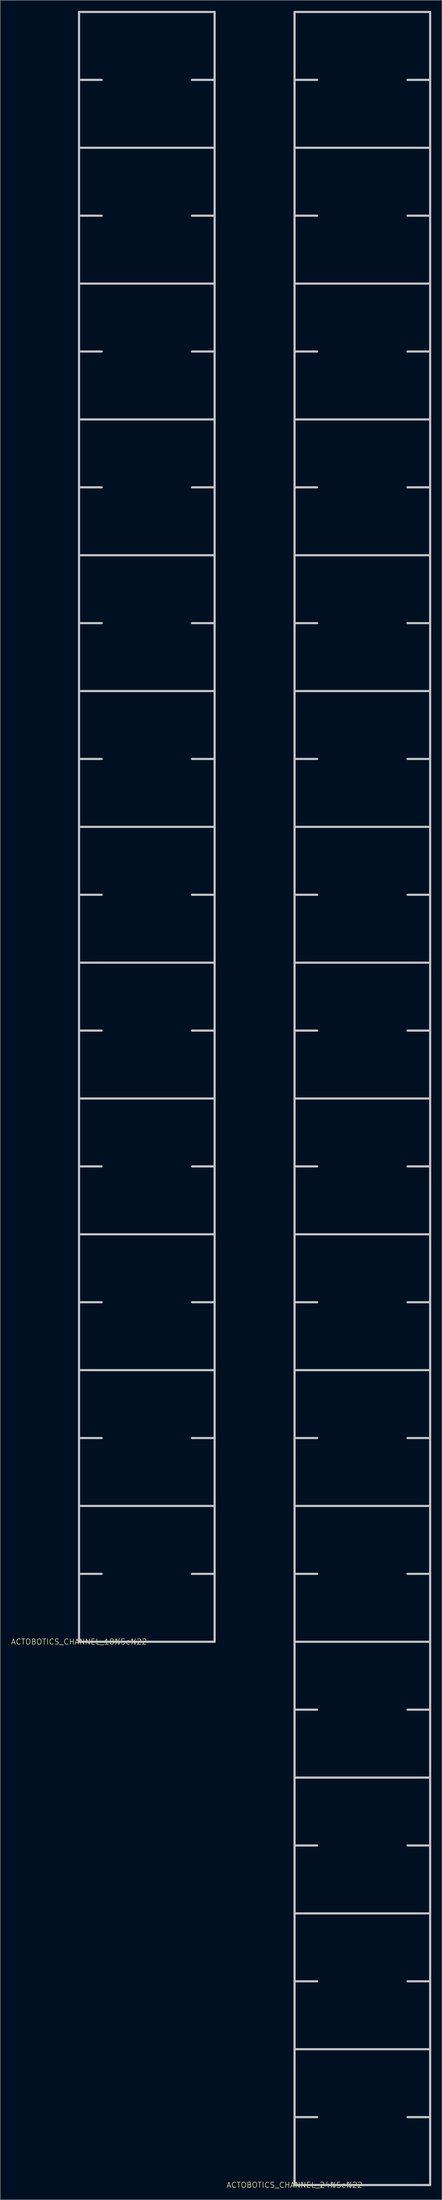
<source format=kicad_pcb>
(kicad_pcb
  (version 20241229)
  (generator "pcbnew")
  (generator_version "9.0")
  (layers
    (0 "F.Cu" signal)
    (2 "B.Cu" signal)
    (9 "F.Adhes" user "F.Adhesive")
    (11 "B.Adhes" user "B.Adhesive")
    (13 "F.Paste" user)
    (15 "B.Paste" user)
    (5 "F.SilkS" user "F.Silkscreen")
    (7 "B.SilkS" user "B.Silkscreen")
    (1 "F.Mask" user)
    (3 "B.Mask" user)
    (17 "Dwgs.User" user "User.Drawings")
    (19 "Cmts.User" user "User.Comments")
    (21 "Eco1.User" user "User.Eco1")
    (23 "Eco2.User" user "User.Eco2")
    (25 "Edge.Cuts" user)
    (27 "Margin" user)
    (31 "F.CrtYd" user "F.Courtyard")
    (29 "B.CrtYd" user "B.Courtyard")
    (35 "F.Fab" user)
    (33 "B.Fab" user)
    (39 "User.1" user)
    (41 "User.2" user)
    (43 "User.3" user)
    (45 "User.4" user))
  (footprint "ACTOBOTICS_CHANNEL_18%5c%22"
    (layer "F.Cu")
    (at 19.159 457.505)
    (property "Reference" "ACTOBOTICS_CHANNEL_18%5c%22" (at 0 0 0) (layer "F.SilkS") (effects (font (size 1.524 1.524) (thickness 0.15))))
    (attr exclude_from_pos_files exclude_from_bom)
    (fp_line (start 0 -457.2) (end 0 -438.15) (stroke (width 0.61) (type solid)) (layer "Dwgs.User"))
    (fp_line (start 0 -438.15) (end 0 -419.1) (stroke (width 0.61) (type solid)) (layer "Dwgs.User"))
    (fp_line (start 0 -438.15) (end 6.35 -438.15) (stroke (width 0.61) (type solid)) (layer "Dwgs.User"))
    (fp_line (start 0 -419.1) (end 0 -400.05) (stroke (width 0.61) (type solid)) (layer "Dwgs.User"))
    (fp_line (start 0 -419.1) (end 38.1 -419.1) (stroke (width 0.61) (type solid)) (layer "Dwgs.User"))
    (fp_line (start 0 -400.05) (end 0 -381) (stroke (width 0.61) (type solid)) (layer "Dwgs.User"))
    (fp_line (start 0 -400.05) (end 6.35 -400.05) (stroke (width 0.61) (type solid)) (layer "Dwgs.User"))
    (fp_line (start 0 -381) (end 0 -342.9) (stroke (width 0.61) (type solid)) (layer "Dwgs.User"))
    (fp_line (start 0 -381) (end 38.1 -381) (stroke (width 0.61) (type solid)) (layer "Dwgs.User"))
    (fp_line (start 0 -361.95) (end 6.35 -361.95) (stroke (width 0.61) (type solid)) (layer "Dwgs.User"))
    (fp_line (start 0 -342.9) (end 0 -304.8) (stroke (width 0.61) (type solid)) (layer "Dwgs.User"))
    (fp_line (start 0 -342.9) (end 38.1 -342.9) (stroke (width 0.61) (type solid)) (layer "Dwgs.User"))
    (fp_line (start 0 -323.85) (end 6.35 -323.85) (stroke (width 0.61) (type solid)) (layer "Dwgs.User"))
    (fp_line (start 0 -304.8) (end 0 -190.5) (stroke (width 0.61) (type solid)) (layer "Dwgs.User"))
    (fp_line (start 0 -304.8) (end 38.1 -304.8) (stroke (width 0.61) (type solid)) (layer "Dwgs.User"))
    (fp_line (start 0 -285.75) (end 6.35 -285.75) (stroke (width 0.61) (type solid)) (layer "Dwgs.User"))
    (fp_line (start 0 -266.7) (end 38.1 -266.7) (stroke (width 0.61) (type solid)) (layer "Dwgs.User"))
    (fp_line (start 0 -247.65) (end 6.35 -247.65) (stroke (width 0.61) (type solid)) (layer "Dwgs.User"))
    (fp_line (start 0 -228.6) (end 38.1 -228.6) (stroke (width 0.61) (type solid)) (layer "Dwgs.User"))
    (fp_line (start 0 -209.55) (end 6.35 -209.55) (stroke (width 0.61) (type solid)) (layer "Dwgs.User"))
    (fp_line (start 0 -190.5) (end 0 -152.4) (stroke (width 0.61) (type solid)) (layer "Dwgs.User"))
    (fp_line (start 0 -190.5) (end 38.1 -190.5) (stroke (width 0.61) (type solid)) (layer "Dwgs.User"))
    (fp_line (start 0 -171.45) (end 6.35 -171.45) (stroke (width 0.61) (type solid)) (layer "Dwgs.User"))
    (fp_line (start 0 -152.4) (end 0 -114.3) (stroke (width 0.61) (type solid)) (layer "Dwgs.User"))
    (fp_line (start 0 -152.4) (end 38.1 -152.4) (stroke (width 0.61) (type solid)) (layer "Dwgs.User"))
    (fp_line (start 0 -133.35) (end 6.35 -133.35) (stroke (width 0.61) (type solid)) (layer "Dwgs.User"))
    (fp_line (start 0 -114.3) (end 0 -76.2) (stroke (width 0.61) (type solid)) (layer "Dwgs.User"))
    (fp_line (start 0 -114.3) (end 38.1 -114.3) (stroke (width 0.61) (type solid)) (layer "Dwgs.User"))
    (fp_line (start 0 -95.25) (end 6.35 -95.25) (stroke (width 0.61) (type solid)) (layer "Dwgs.User"))
    (fp_line (start 0 -76.2) (end 0 -57.15) (stroke (width 0.61) (type solid)) (layer "Dwgs.User"))
    (fp_line (start 0 -76.2) (end 38.1 -76.2) (stroke (width 0.61) (type solid)) (layer "Dwgs.User"))
    (fp_line (start 0 -57.15) (end 0 -38.1) (stroke (width 0.61) (type solid)) (layer "Dwgs.User"))
    (fp_line (start 0 -57.15) (end 6.35 -57.15) (stroke (width 0.61) (type solid)) (layer "Dwgs.User"))
    (fp_line (start 0 -38.1) (end 0 -19.05) (stroke (width 0.61) (type solid)) (layer "Dwgs.User"))
    (fp_line (start 0 -38.1) (end 38.1 -38.1) (stroke (width 0.61) (type solid)) (layer "Dwgs.User"))
    (fp_line (start 0 -19.05) (end 0 0) (stroke (width 0.61) (type solid)) (layer "Dwgs.User"))
    (fp_line (start 0 -19.05) (end 6.35 -19.05) (stroke (width 0.61) (type solid)) (layer "Dwgs.User"))
    (fp_line (start 0 0) (end 38.1 0) (stroke (width 0.61) (type solid)) (layer "Dwgs.User"))
    (fp_line (start 38.1 -457.2) (end 0 -457.2) (stroke (width 0.61) (type solid)) (layer "Dwgs.User"))
    (fp_line (start 38.1 -438.15) (end 31.75 -438.15) (stroke (width 0.61) (type solid)) (layer "Dwgs.User"))
    (fp_line (start 38.1 -438.15) (end 38.1 -457.2) (stroke (width 0.61) (type solid)) (layer "Dwgs.User"))
    (fp_line (start 38.1 -419.1) (end 38.1 -438.15) (stroke (width 0.61) (type solid)) (layer "Dwgs.User"))
    (fp_line (start 38.1 -400.05) (end 31.75 -400.05) (stroke (width 0.61) (type solid)) (layer "Dwgs.User"))
    (fp_line (start 38.1 -400.05) (end 38.1 -419.1) (stroke (width 0.61) (type solid)) (layer "Dwgs.User"))
    (fp_line (start 38.1 -381) (end 38.1 -400.05) (stroke (width 0.61) (type solid)) (layer "Dwgs.User"))
    (fp_line (start 38.1 -361.95) (end 31.75 -361.95) (stroke (width 0.61) (type solid)) (layer "Dwgs.User"))
    (fp_line (start 38.1 -342.9) (end 38.1 -381) (stroke (width 0.61) (type solid)) (layer "Dwgs.User"))
    (fp_line (start 38.1 -323.85) (end 31.75 -323.85) (stroke (width 0.61) (type solid)) (layer "Dwgs.User"))
    (fp_line (start 38.1 -304.8) (end 38.1 -342.9) (stroke (width 0.61) (type solid)) (layer "Dwgs.User"))
    (fp_line (start 38.1 -285.75) (end 31.75 -285.75) (stroke (width 0.61) (type solid)) (layer "Dwgs.User"))
    (fp_line (start 38.1 -247.65) (end 31.75 -247.65) (stroke (width 0.61) (type solid)) (layer "Dwgs.User"))
    (fp_line (start 38.1 -209.55) (end 31.75 -209.55) (stroke (width 0.61) (type solid)) (layer "Dwgs.User"))
    (fp_line (start 38.1 -190.5) (end 38.1 -304.8) (stroke (width 0.61) (type solid)) (layer "Dwgs.User"))
    (fp_line (start 38.1 -171.45) (end 31.75 -171.45) (stroke (width 0.61) (type solid)) (layer "Dwgs.User"))
    (fp_line (start 38.1 -152.4) (end 38.1 -190.5) (stroke (width 0.61) (type solid)) (layer "Dwgs.User"))
    (fp_line (start 38.1 -133.35) (end 31.75 -133.35) (stroke (width 0.61) (type solid)) (layer "Dwgs.User"))
    (fp_line (start 38.1 -114.3) (end 38.1 -152.4) (stroke (width 0.61) (type solid)) (layer "Dwgs.User"))
    (fp_line (start 38.1 -95.25) (end 31.75 -95.25) (stroke (width 0.61) (type solid)) (layer "Dwgs.User"))
    (fp_line (start 38.1 -76.2) (end 38.1 -114.3) (stroke (width 0.61) (type solid)) (layer "Dwgs.User"))
    (fp_line (start 38.1 -57.15) (end 31.75 -57.15) (stroke (width 0.61) (type solid)) (layer "Dwgs.User"))
    (fp_line (start 38.1 -57.15) (end 38.1 -76.2) (stroke (width 0.61) (type solid)) (layer "Dwgs.User"))
    (fp_line (start 38.1 -38.1) (end 38.1 -57.15) (stroke (width 0.61) (type solid)) (layer "Dwgs.User"))
    (fp_line (start 38.1 -19.05) (end 31.75 -19.05) (stroke (width 0.61) (type solid)) (layer "Dwgs.User"))
    (fp_line (start 38.1 -19.05) (end 38.1 -38.1) (stroke (width 0.61) (type solid)) (layer "Dwgs.User"))
    (fp_line (start 38.1 0) (end 38.1 -19.05) (stroke (width 0.61) (type solid)) (layer "Dwgs.User")))
  (footprint "ACTOBOTICS_CHANNEL_24%5c%22"
    (layer "F.Cu")
    (at 79.723 609.905)
    (property "Reference" "ACTOBOTICS_CHANNEL_24%5c%22" (at 0 0 0) (layer "F.SilkS") (effects (font (size 1.524 1.524) (thickness 0.15))))
    (attr exclude_from_pos_files exclude_from_bom)
    (fp_line (start 0 -609.6) (end 0 -438.15) (stroke (width 0.61) (type solid)) (layer "Dwgs.User"))
    (fp_line (start 0 -590.55) (end 6.35 -590.55) (stroke (width 0.61) (type solid)) (layer "Dwgs.User"))
    (fp_line (start 0 -571.5) (end 38.1 -571.5) (stroke (width 0.61) (type solid)) (layer "Dwgs.User"))
    (fp_line (start 0 -552.45) (end 6.35 -552.45) (stroke (width 0.61) (type solid)) (layer "Dwgs.User"))
    (fp_line (start 0 -533.4) (end 38.1 -533.4) (stroke (width 0.61) (type solid)) (layer "Dwgs.User"))
    (fp_line (start 0 -514.35) (end 6.35 -514.35) (stroke (width 0.61) (type solid)) (layer "Dwgs.User"))
    (fp_line (start 0 -495.3) (end 38.1 -495.3) (stroke (width 0.61) (type solid)) (layer "Dwgs.User"))
    (fp_line (start 0 -476.25) (end 6.35 -476.25) (stroke (width 0.61) (type solid)) (layer "Dwgs.User"))
    (fp_line (start 0 -457.2) (end 38.1 -457.2) (stroke (width 0.61) (type solid)) (layer "Dwgs.User"))
    (fp_line (start 0 -438.15) (end 0 -419.1) (stroke (width 0.61) (type solid)) (layer "Dwgs.User"))
    (fp_line (start 0 -438.15) (end 6.35 -438.15) (stroke (width 0.61) (type solid)) (layer "Dwgs.User"))
    (fp_line (start 0 -419.1) (end 0 -400.05) (stroke (width 0.61) (type solid)) (layer "Dwgs.User"))
    (fp_line (start 0 -419.1) (end 38.1 -419.1) (stroke (width 0.61) (type solid)) (layer "Dwgs.User"))
    (fp_line (start 0 -400.05) (end 0 -381) (stroke (width 0.61) (type solid)) (layer "Dwgs.User"))
    (fp_line (start 0 -400.05) (end 6.35 -400.05) (stroke (width 0.61) (type solid)) (layer "Dwgs.User"))
    (fp_line (start 0 -381) (end 0 -342.9) (stroke (width 0.61) (type solid)) (layer "Dwgs.User"))
    (fp_line (start 0 -381) (end 38.1 -381) (stroke (width 0.61) (type solid)) (layer "Dwgs.User"))
    (fp_line (start 0 -361.95) (end 6.35 -361.95) (stroke (width 0.61) (type solid)) (layer "Dwgs.User"))
    (fp_line (start 0 -342.9) (end 0 -304.8) (stroke (width 0.61) (type solid)) (layer "Dwgs.User"))
    (fp_line (start 0 -342.9) (end 38.1 -342.9) (stroke (width 0.61) (type solid)) (layer "Dwgs.User"))
    (fp_line (start 0 -323.85) (end 6.35 -323.85) (stroke (width 0.61) (type solid)) (layer "Dwgs.User"))
    (fp_line (start 0 -304.8) (end 0 -190.5) (stroke (width 0.61) (type solid)) (layer "Dwgs.User"))
    (fp_line (start 0 -304.8) (end 38.1 -304.8) (stroke (width 0.61) (type solid)) (layer "Dwgs.User"))
    (fp_line (start 0 -285.75) (end 6.35 -285.75) (stroke (width 0.61) (type solid)) (layer "Dwgs.User"))
    (fp_line (start 0 -266.7) (end 38.1 -266.7) (stroke (width 0.61) (type solid)) (layer "Dwgs.User"))
    (fp_line (start 0 -247.65) (end 6.35 -247.65) (stroke (width 0.61) (type solid)) (layer "Dwgs.User"))
    (fp_line (start 0 -228.6) (end 38.1 -228.6) (stroke (width 0.61) (type solid)) (layer "Dwgs.User"))
    (fp_line (start 0 -209.55) (end 6.35 -209.55) (stroke (width 0.61) (type solid)) (layer "Dwgs.User"))
    (fp_line (start 0 -190.5) (end 0 -152.4) (stroke (width 0.61) (type solid)) (layer "Dwgs.User"))
    (fp_line (start 0 -190.5) (end 38.1 -190.5) (stroke (width 0.61) (type solid)) (layer "Dwgs.User"))
    (fp_line (start 0 -171.45) (end 6.35 -171.45) (stroke (width 0.61) (type solid)) (layer "Dwgs.User"))
    (fp_line (start 0 -152.4) (end 0 -114.3) (stroke (width 0.61) (type solid)) (layer "Dwgs.User"))
    (fp_line (start 0 -152.4) (end 38.1 -152.4) (stroke (width 0.61) (type solid)) (layer "Dwgs.User"))
    (fp_line (start 0 -133.35) (end 6.35 -133.35) (stroke (width 0.61) (type solid)) (layer "Dwgs.User"))
    (fp_line (start 0 -114.3) (end 0 -76.2) (stroke (width 0.61) (type solid)) (layer "Dwgs.User"))
    (fp_line (start 0 -114.3) (end 38.1 -114.3) (stroke (width 0.61) (type solid)) (layer "Dwgs.User"))
    (fp_line (start 0 -95.25) (end 6.35 -95.25) (stroke (width 0.61) (type solid)) (layer "Dwgs.User"))
    (fp_line (start 0 -76.2) (end 0 -57.15) (stroke (width 0.61) (type solid)) (layer "Dwgs.User"))
    (fp_line (start 0 -76.2) (end 38.1 -76.2) (stroke (width 0.61) (type solid)) (layer "Dwgs.User"))
    (fp_line (start 0 -57.15) (end 0 -38.1) (stroke (width 0.61) (type solid)) (layer "Dwgs.User"))
    (fp_line (start 0 -57.15) (end 6.35 -57.15) (stroke (width 0.61) (type solid)) (layer "Dwgs.User"))
    (fp_line (start 0 -38.1) (end 0 -19.05) (stroke (width 0.61) (type solid)) (layer "Dwgs.User"))
    (fp_line (start 0 -38.1) (end 38.1 -38.1) (stroke (width 0.61) (type solid)) (layer "Dwgs.User"))
    (fp_line (start 0 -19.05) (end 0 0) (stroke (width 0.61) (type solid)) (layer "Dwgs.User"))
    (fp_line (start 0 -19.05) (end 6.35 -19.05) (stroke (width 0.61) (type solid)) (layer "Dwgs.User"))
    (fp_line (start 0 0) (end 38.1 0) (stroke (width 0.61) (type solid)) (layer "Dwgs.User"))
    (fp_line (start 38.1 -609.6) (end 0 -609.6) (stroke (width 0.61) (type solid)) (layer "Dwgs.User"))
    (fp_line (start 38.1 -590.55) (end 31.75 -590.55) (stroke (width 0.61) (type solid)) (layer "Dwgs.User"))
    (fp_line (start 38.1 -552.45) (end 31.75 -552.45) (stroke (width 0.61) (type solid)) (layer "Dwgs.User"))
    (fp_line (start 38.1 -514.35) (end 31.75 -514.35) (stroke (width 0.61) (type solid)) (layer "Dwgs.User"))
    (fp_line (start 38.1 -476.25) (end 31.75 -476.25) (stroke (width 0.61) (type solid)) (layer "Dwgs.User"))
    (fp_line (start 38.1 -438.15) (end 31.75 -438.15) (stroke (width 0.61) (type solid)) (layer "Dwgs.User"))
    (fp_line (start 38.1 -438.15) (end 38.1 -609.6) (stroke (width 0.61) (type solid)) (layer "Dwgs.User"))
    (fp_line (start 38.1 -419.1) (end 38.1 -438.15) (stroke (width 0.61) (type solid)) (layer "Dwgs.User"))
    (fp_line (start 38.1 -400.05) (end 31.75 -400.05) (stroke (width 0.61) (type solid)) (layer "Dwgs.User"))
    (fp_line (start 38.1 -400.05) (end 38.1 -419.1) (stroke (width 0.61) (type solid)) (layer "Dwgs.User"))
    (fp_line (start 38.1 -381) (end 38.1 -400.05) (stroke (width 0.61) (type solid)) (layer "Dwgs.User"))
    (fp_line (start 38.1 -361.95) (end 31.75 -361.95) (stroke (width 0.61) (type solid)) (layer "Dwgs.User"))
    (fp_line (start 38.1 -342.9) (end 38.1 -381) (stroke (width 0.61) (type solid)) (layer "Dwgs.User"))
    (fp_line (start 38.1 -323.85) (end 31.75 -323.85) (stroke (width 0.61) (type solid)) (layer "Dwgs.User"))
    (fp_line (start 38.1 -304.8) (end 38.1 -342.9) (stroke (width 0.61) (type solid)) (layer "Dwgs.User"))
    (fp_line (start 38.1 -285.75) (end 31.75 -285.75) (stroke (width 0.61) (type solid)) (layer "Dwgs.User"))
    (fp_line (start 38.1 -247.65) (end 31.75 -247.65) (stroke (width 0.61) (type solid)) (layer "Dwgs.User"))
    (fp_line (start 38.1 -209.55) (end 31.75 -209.55) (stroke (width 0.61) (type solid)) (layer "Dwgs.User"))
    (fp_line (start 38.1 -190.5) (end 38.1 -304.8) (stroke (width 0.61) (type solid)) (layer "Dwgs.User"))
    (fp_line (start 38.1 -171.45) (end 31.75 -171.45) (stroke (width 0.61) (type solid)) (layer "Dwgs.User"))
    (fp_line (start 38.1 -152.4) (end 38.1 -190.5) (stroke (width 0.61) (type solid)) (layer "Dwgs.User"))
    (fp_line (start 38.1 -133.35) (end 31.75 -133.35) (stroke (width 0.61) (type solid)) (layer "Dwgs.User"))
    (fp_line (start 38.1 -114.3) (end 38.1 -152.4) (stroke (width 0.61) (type solid)) (layer "Dwgs.User"))
    (fp_line (start 38.1 -95.25) (end 31.75 -95.25) (stroke (width 0.61) (type solid)) (layer "Dwgs.User"))
    (fp_line (start 38.1 -76.2) (end 38.1 -114.3) (stroke (width 0.61) (type solid)) (layer "Dwgs.User"))
    (fp_line (start 38.1 -57.15) (end 31.75 -57.15) (stroke (width 0.61) (type solid)) (layer "Dwgs.User"))
    (fp_line (start 38.1 -57.15) (end 38.1 -76.2) (stroke (width 0.61) (type solid)) (layer "Dwgs.User"))
    (fp_line (start 38.1 -38.1) (end 38.1 -57.15) (stroke (width 0.61) (type solid)) (layer "Dwgs.User"))
    (fp_line (start 38.1 -19.05) (end 31.75 -19.05) (stroke (width 0.61) (type solid)) (layer "Dwgs.User"))
    (fp_line (start 38.1 -19.05) (end 38.1 -38.1) (stroke (width 0.61) (type solid)) (layer "Dwgs.User"))
    (fp_line (start 38.1 0) (end 38.1 -19.05) (stroke (width 0.61) (type solid)) (layer "Dwgs.User")))
  (gr_rect
    (start -3 -3)
    (end 121.127 614.06)
    (stroke (width 0.1) (type default))
    (fill no)
    (layer "Edge.Cuts")))
</source>
